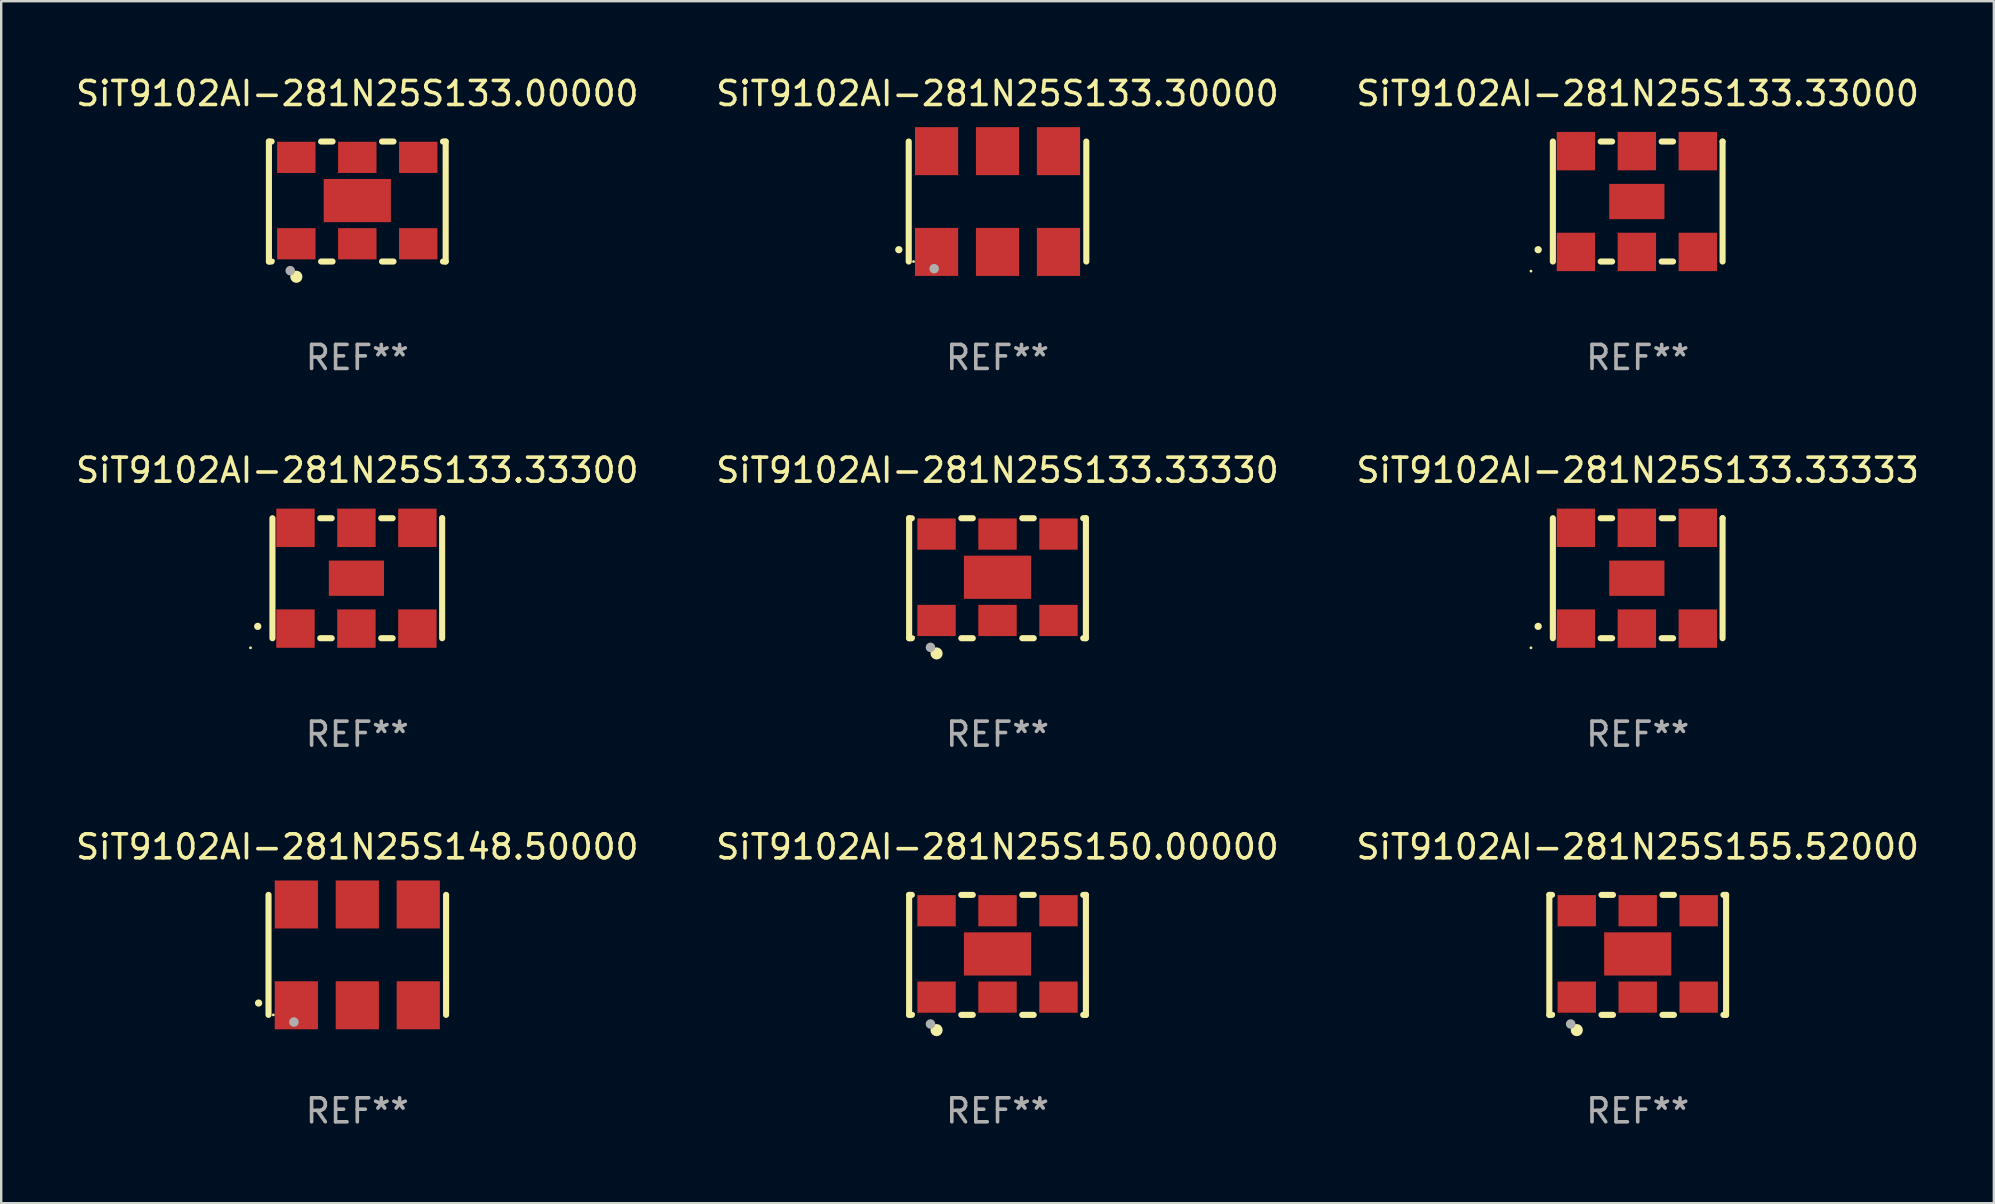
<source format=kicad_pcb>
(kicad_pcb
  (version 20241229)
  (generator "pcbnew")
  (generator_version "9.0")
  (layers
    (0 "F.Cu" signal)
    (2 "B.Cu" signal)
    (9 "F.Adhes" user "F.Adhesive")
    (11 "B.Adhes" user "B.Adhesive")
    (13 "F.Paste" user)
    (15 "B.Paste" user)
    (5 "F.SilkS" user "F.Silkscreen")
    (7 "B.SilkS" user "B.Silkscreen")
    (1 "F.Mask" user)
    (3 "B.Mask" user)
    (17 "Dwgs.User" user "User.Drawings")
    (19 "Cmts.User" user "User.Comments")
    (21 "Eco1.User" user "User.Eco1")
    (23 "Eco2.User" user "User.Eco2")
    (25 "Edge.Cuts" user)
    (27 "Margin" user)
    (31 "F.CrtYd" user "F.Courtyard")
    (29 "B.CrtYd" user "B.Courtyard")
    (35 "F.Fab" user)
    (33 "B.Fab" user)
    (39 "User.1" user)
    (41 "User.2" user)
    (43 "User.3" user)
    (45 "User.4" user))
  (footprint "SiT9102AI-281N25S155.52000"
    (layer "F.Cu")
    (at 65.196 36.741)
    (property "Reference" "SiT9102AI-281N25S155.52000" (at 0 -4.5 0) (layer "F.SilkS") (effects (font (size 1 1) (thickness 0.15))))
    (attr through_hole)
    (fp_line (start -3.683 -2.5) (end -3.571 -2.5) (stroke (width 0.254) (type solid)) (layer "F.SilkS"))
    (fp_line (start -3.683 2.5) (end -3.683 -2.5) (stroke (width 0.254) (type solid)) (layer "F.SilkS"))
    (fp_line (start -3.683 2.5) (end -3.571 2.5) (stroke (width 0.254) (type solid)) (layer "F.SilkS"))
    (fp_line (start -1.509 -2.5) (end -1.031 -2.5) (stroke (width 0.254) (type solid)) (layer "F.SilkS"))
    (fp_line (start -1.509 2.5) (end -1.031 2.5) (stroke (width 0.254) (type solid)) (layer "F.SilkS"))
    (fp_line (start 1.031 -2.5) (end 1.509 -2.5) (stroke (width 0.254) (type solid)) (layer "F.SilkS"))
    (fp_line (start 1.031 2.5) (end 1.509 2.5) (stroke (width 0.254) (type solid)) (layer "F.SilkS"))
    (fp_line (start 3.571 -2.5) (end 3.683 -2.5) (stroke (width 0.254) (type solid)) (layer "F.SilkS"))
    (fp_line (start 3.571 2.5) (end 3.683 2.5) (stroke (width 0.254) (type solid)) (layer "F.SilkS"))
    (fp_line (start 3.683 2.5) (end 3.683 -2.5) (stroke (width 0.254) (type solid)) (layer "F.SilkS"))
    (fp_circle (center -3.5 2.46) (end -3.47 2.46) (stroke (width 0.06) (type solid)) (fill no) (layer "F.SilkS"))
    (fp_circle (center -2.54 3.135) (end -2.413 3.135) (stroke (width 0.254) (type solid)) (fill no) (layer "F.SilkS"))
    (fp_circle (center -2.794 2.881) (end -2.694 2.881) (stroke (width 0.2) (type solid)) (fill no) (layer "F.Fab"))
    (fp_text user "REF**" (at 0 6.5 0) (layer "F.Fab") (effects (font (size 1 1) (thickness 0.15))))
    (pad "1" smd rect (at -2.54 1.76) (size 1.6 1.3) (layers "F.Cu" "F.Mask" "F.Paste"))
    (pad "2" smd rect (at 0 1.76) (size 1.6 1.3) (layers "F.Cu" "F.Mask" "F.Paste"))
    (pad "3" smd rect (at 2.54 1.76) (size 1.6 1.3) (layers "F.Cu" "F.Mask" "F.Paste"))
    (pad "4" smd rect (at 2.54 -1.84) (size 1.6 1.3) (layers "F.Cu" "F.Mask" "F.Paste"))
    (pad "5" smd rect (at 0 -1.84) (size 1.6 1.3) (layers "F.Cu" "F.Mask" "F.Paste"))
    (pad "6" smd rect (at -2.54 -1.84) (size 1.6 1.3) (layers "F.Cu" "F.Mask" "F.Paste"))
    (pad "7" smd rect (at 0 -0.04) (size 2.8 1.8) (layers "F.Cu" "F.Mask" "F.Paste")))
  (footprint "SiT9102AI-281N25S148.50000"
    (layer "F.Cu")
    (at 11.839 36.741)
    (property "Reference" "SiT9102AI-281N25S148.50000" (at 0 -4.5 0) (layer "F.SilkS") (effects (font (size 1 1) (thickness 0.15))))
    (attr through_hole)
    (fp_line (start -3.7 -2.5) (end -3.7 2.5) (stroke (width 0.254) (type solid)) (layer "F.SilkS"))
    (fp_line (start 3.7 -2.5) (end 3.7 2.5) (stroke (width 0.254) (type solid)) (layer "F.SilkS"))
    (fp_arc (start -4.114415 2.006604) (mid -4.113145 2.006599) (end -4.111875 2.006604) (stroke (width 0.3) (type solid)) (layer "F.SilkS"))
    (fp_circle (center -3.5 2.501) (end -3.47 2.501) (stroke (width 0.06) (type solid)) (fill no) (layer "F.SilkS"))
    (fp_circle (center -2.641 2.799) (end -2.541 2.799) (stroke (width 0.2) (type solid)) (fill no) (layer "F.Fab"))
    (fp_text user "REF**" (at 0 6.5 0) (layer "F.Fab") (effects (font (size 1 1) (thickness 0.15))))
    (pad "1" smd rect (at -2.54 2.1) (size 1.8 2) (layers "F.Cu" "F.Mask" "F.Paste"))
    (pad "2" smd rect (at 0.000394 2.1) (size 1.8 2) (layers "F.Cu" "F.Mask" "F.Paste"))
    (pad "3" smd rect (at 2.54 2.1) (size 1.8 2) (layers "F.Cu" "F.Mask" "F.Paste"))
    (pad "4" smd rect (at 2.54 -2.1) (size 1.8 2) (layers "F.Cu" "F.Mask" "F.Paste"))
    (pad "5" smd rect (at 0.000394 -2.1) (size 1.8 2) (layers "F.Cu" "F.Mask" "F.Paste"))
    (pad "6" smd rect (at -2.54 -2.1) (size 1.8 2) (layers "F.Cu" "F.Mask" "F.Paste")))
  (footprint "SiT9102AI-281N25S133.33330"
    (layer "F.Cu")
    (at 38.518 21.045)
    (property "Reference" "SiT9102AI-281N25S133.33330" (at 0 -4.5 0) (layer "F.SilkS") (effects (font (size 1 1) (thickness 0.15))))
    (attr through_hole)
    (fp_line (start -3.683 -2.5) (end -3.571 -2.5) (stroke (width 0.254) (type solid)) (layer "F.SilkS"))
    (fp_line (start -3.683 2.5) (end -3.683 -2.5) (stroke (width 0.254) (type solid)) (layer "F.SilkS"))
    (fp_line (start -3.683 2.5) (end -3.571 2.5) (stroke (width 0.254) (type solid)) (layer "F.SilkS"))
    (fp_line (start -1.509 -2.5) (end -1.031 -2.5) (stroke (width 0.254) (type solid)) (layer "F.SilkS"))
    (fp_line (start -1.509 2.5) (end -1.031 2.5) (stroke (width 0.254) (type solid)) (layer "F.SilkS"))
    (fp_line (start 1.031 -2.5) (end 1.509 -2.5) (stroke (width 0.254) (type solid)) (layer "F.SilkS"))
    (fp_line (start 1.031 2.5) (end 1.509 2.5) (stroke (width 0.254) (type solid)) (layer "F.SilkS"))
    (fp_line (start 3.571 -2.5) (end 3.683 -2.5) (stroke (width 0.254) (type solid)) (layer "F.SilkS"))
    (fp_line (start 3.571 2.5) (end 3.683 2.5) (stroke (width 0.254) (type solid)) (layer "F.SilkS"))
    (fp_line (start 3.683 2.5) (end 3.683 -2.5) (stroke (width 0.254) (type solid)) (layer "F.SilkS"))
    (fp_circle (center -3.5 2.46) (end -3.47 2.46) (stroke (width 0.06) (type solid)) (fill no) (layer "F.SilkS"))
    (fp_circle (center -2.54 3.135) (end -2.413 3.135) (stroke (width 0.254) (type solid)) (fill no) (layer "F.SilkS"))
    (fp_circle (center -2.794 2.881) (end -2.694 2.881) (stroke (width 0.2) (type solid)) (fill no) (layer "F.Fab"))
    (fp_text user "REF**" (at 0 6.5 0) (layer "F.Fab") (effects (font (size 1 1) (thickness 0.15))))
    (pad "1" smd rect (at -2.54 1.76) (size 1.6 1.3) (layers "F.Cu" "F.Mask" "F.Paste"))
    (pad "2" smd rect (at 0 1.76) (size 1.6 1.3) (layers "F.Cu" "F.Mask" "F.Paste"))
    (pad "3" smd rect (at 2.54 1.76) (size 1.6 1.3) (layers "F.Cu" "F.Mask" "F.Paste"))
    (pad "4" smd rect (at 2.54 -1.84) (size 1.6 1.3) (layers "F.Cu" "F.Mask" "F.Paste"))
    (pad "5" smd rect (at 0 -1.84) (size 1.6 1.3) (layers "F.Cu" "F.Mask" "F.Paste"))
    (pad "6" smd rect (at -2.54 -1.84) (size 1.6 1.3) (layers "F.Cu" "F.Mask" "F.Paste"))
    (pad "7" smd rect (at 0 -0.04) (size 2.8 1.8) (layers "F.Cu" "F.Mask" "F.Paste")))
  (footprint "SiT9102AI-281N25S133.30000"
    (layer "F.Cu")
    (at 38.518 5.348)
    (property "Reference" "SiT9102AI-281N25S133.30000" (at 0 -4.5 0) (layer "F.SilkS") (effects (font (size 1 1) (thickness 0.15))))
    (attr through_hole)
    (fp_line (start -3.7 -2.5) (end -3.7 2.5) (stroke (width 0.254) (type solid)) (layer "F.SilkS"))
    (fp_line (start 3.7 -2.5) (end 3.7 2.5) (stroke (width 0.254) (type solid)) (layer "F.SilkS"))
    (fp_arc (start -4.114415 2.006604) (mid -4.113145 2.006599) (end -4.111875 2.006604) (stroke (width 0.3) (type solid)) (layer "F.SilkS"))
    (fp_circle (center -3.5 2.501) (end -3.47 2.501) (stroke (width 0.06) (type solid)) (fill no) (layer "F.SilkS"))
    (fp_circle (center -2.641 2.799) (end -2.541 2.799) (stroke (width 0.2) (type solid)) (fill no) (layer "F.Fab"))
    (fp_text user "REF**" (at 0 6.5 0) (layer "F.Fab") (effects (font (size 1 1) (thickness 0.15))))
    (pad "1" smd rect (at -2.54 2.1) (size 1.8 2) (layers "F.Cu" "F.Mask" "F.Paste"))
    (pad "2" smd rect (at 0.000394 2.1) (size 1.8 2) (layers "F.Cu" "F.Mask" "F.Paste"))
    (pad "3" smd rect (at 2.54 2.1) (size 1.8 2) (layers "F.Cu" "F.Mask" "F.Paste"))
    (pad "4" smd rect (at 2.54 -2.1) (size 1.8 2) (layers "F.Cu" "F.Mask" "F.Paste"))
    (pad "5" smd rect (at 0.000394 -2.1) (size 1.8 2) (layers "F.Cu" "F.Mask" "F.Paste"))
    (pad "6" smd rect (at -2.54 -2.1) (size 1.8 2) (layers "F.Cu" "F.Mask" "F.Paste")))
  (footprint "SiT9102AI-281N25S133.33000"
    (layer "F.Cu")
    (at 65.196 5.348)
    (property "Reference" "SiT9102AI-281N25S133.33000" (at 0 -4.5 0) (layer "F.SilkS") (effects (font (size 1 1) (thickness 0.15))))
    (attr through_hole)
    (fp_line (start -3.536 -2.5) (end -3.536 2.5) (stroke (width 0.254) (type solid)) (layer "F.SilkS"))
    (fp_line (start -1.544 2.5) (end -1.067 2.5) (stroke (width 0.254) (type solid)) (layer "F.SilkS"))
    (fp_line (start -1.067 -2.5) (end -1.544 -2.5) (stroke (width 0.254) (type solid)) (layer "F.SilkS"))
    (fp_line (start 0.996 2.5) (end 1.473 2.5) (stroke (width 0.254) (type solid)) (layer "F.SilkS"))
    (fp_line (start 1.473 -2.5) (end 0.996 -2.5) (stroke (width 0.254) (type solid)) (layer "F.SilkS"))
    (fp_line (start 3.536 -2.5) (end 3.536 -2.5) (stroke (width 0.254) (type solid)) (layer "F.SilkS"))
    (fp_line (start 3.536 2.5) (end 3.536 -2.5) (stroke (width 0.254) (type solid)) (layer "F.SilkS"))
    (fp_arc (start -4.150432 2.006604) (mid -4.149162 2.006599) (end -4.147892 2.006604) (stroke (width 0.3) (type solid)) (layer "F.SilkS"))
    (fp_circle (center -4.449 2.9) (end -4.419 2.9) (stroke (width 0.06) (type solid)) (fill no) (layer "F.SilkS"))
    (fp_text user "REF**" (at 0 6.5 0) (layer "F.Fab") (effects (font (size 1 1) (thickness 0.15))))
    (pad "1" smd rect (at -2.576 2.1) (size 1.6 1.6) (layers "F.Cu" "F.Mask" "F.Paste"))
    (pad "2" smd rect (at -0.036 2.1) (size 1.6 1.6) (layers "F.Cu" "F.Mask" "F.Paste"))
    (pad "3" smd rect (at 2.504 2.1) (size 1.6 1.6) (layers "F.Cu" "F.Mask" "F.Paste"))
    (pad "4" smd rect (at 2.504 -2.1) (size 1.6 1.6) (layers "F.Cu" "F.Mask" "F.Paste"))
    (pad "5" smd rect (at -0.036 -2.1) (size 1.6 1.6) (layers "F.Cu" "F.Mask" "F.Paste"))
    (pad "6" smd rect (at -2.576 -2.1) (size 1.6 1.6) (layers "F.Cu" "F.Mask" "F.Paste"))
    (pad "7" smd rect (at -0.036 0) (size 2.3 1.47) (layers "F.Cu" "F.Mask" "F.Paste")))
  (footprint "SiT9102AI-281N25S133.00000"
    (layer "F.Cu")
    (at 11.839 5.348)
    (property "Reference" "SiT9102AI-281N25S133.00000" (at 0 -4.5 0) (layer "F.SilkS") (effects (font (size 1 1) (thickness 0.15))))
    (attr through_hole)
    (fp_line (start -3.683 -2.5) (end -3.571 -2.5) (stroke (width 0.254) (type solid)) (layer "F.SilkS"))
    (fp_line (start -3.683 2.5) (end -3.683 -2.5) (stroke (width 0.254) (type solid)) (layer "F.SilkS"))
    (fp_line (start -3.683 2.5) (end -3.571 2.5) (stroke (width 0.254) (type solid)) (layer "F.SilkS"))
    (fp_line (start -1.509 -2.5) (end -1.031 -2.5) (stroke (width 0.254) (type solid)) (layer "F.SilkS"))
    (fp_line (start -1.509 2.5) (end -1.031 2.5) (stroke (width 0.254) (type solid)) (layer "F.SilkS"))
    (fp_line (start 1.031 -2.5) (end 1.509 -2.5) (stroke (width 0.254) (type solid)) (layer "F.SilkS"))
    (fp_line (start 1.031 2.5) (end 1.509 2.5) (stroke (width 0.254) (type solid)) (layer "F.SilkS"))
    (fp_line (start 3.571 -2.5) (end 3.683 -2.5) (stroke (width 0.254) (type solid)) (layer "F.SilkS"))
    (fp_line (start 3.571 2.5) (end 3.683 2.5) (stroke (width 0.254) (type solid)) (layer "F.SilkS"))
    (fp_line (start 3.683 2.5) (end 3.683 -2.5) (stroke (width 0.254) (type solid)) (layer "F.SilkS"))
    (fp_circle (center -3.5 2.46) (end -3.47 2.46) (stroke (width 0.06) (type solid)) (fill no) (layer "F.SilkS"))
    (fp_circle (center -2.54 3.135) (end -2.413 3.135) (stroke (width 0.254) (type solid)) (fill no) (layer "F.SilkS"))
    (fp_circle (center -2.794 2.881) (end -2.694 2.881) (stroke (width 0.2) (type solid)) (fill no) (layer "F.Fab"))
    (fp_text user "REF**" (at 0 6.5 0) (layer "F.Fab") (effects (font (size 1 1) (thickness 0.15))))
    (pad "1" smd rect (at -2.54 1.76) (size 1.6 1.3) (layers "F.Cu" "F.Mask" "F.Paste"))
    (pad "2" smd rect (at 0 1.76) (size 1.6 1.3) (layers "F.Cu" "F.Mask" "F.Paste"))
    (pad "3" smd rect (at 2.54 1.76) (size 1.6 1.3) (layers "F.Cu" "F.Mask" "F.Paste"))
    (pad "4" smd rect (at 2.54 -1.84) (size 1.6 1.3) (layers "F.Cu" "F.Mask" "F.Paste"))
    (pad "5" smd rect (at 0 -1.84) (size 1.6 1.3) (layers "F.Cu" "F.Mask" "F.Paste"))
    (pad "6" smd rect (at -2.54 -1.84) (size 1.6 1.3) (layers "F.Cu" "F.Mask" "F.Paste"))
    (pad "7" smd rect (at 0 -0.04) (size 2.8 1.8) (layers "F.Cu" "F.Mask" "F.Paste")))
  (footprint "SiT9102AI-281N25S150.00000"
    (layer "F.Cu")
    (at 38.518 36.741)
    (property "Reference" "SiT9102AI-281N25S150.00000" (at 0 -4.5 0) (layer "F.SilkS") (effects (font (size 1 1) (thickness 0.15))))
    (attr through_hole)
    (fp_line (start -3.683 -2.5) (end -3.571 -2.5) (stroke (width 0.254) (type solid)) (layer "F.SilkS"))
    (fp_line (start -3.683 2.5) (end -3.683 -2.5) (stroke (width 0.254) (type solid)) (layer "F.SilkS"))
    (fp_line (start -3.683 2.5) (end -3.571 2.5) (stroke (width 0.254) (type solid)) (layer "F.SilkS"))
    (fp_line (start -1.509 -2.5) (end -1.031 -2.5) (stroke (width 0.254) (type solid)) (layer "F.SilkS"))
    (fp_line (start -1.509 2.5) (end -1.031 2.5) (stroke (width 0.254) (type solid)) (layer "F.SilkS"))
    (fp_line (start 1.031 -2.5) (end 1.509 -2.5) (stroke (width 0.254) (type solid)) (layer "F.SilkS"))
    (fp_line (start 1.031 2.5) (end 1.509 2.5) (stroke (width 0.254) (type solid)) (layer "F.SilkS"))
    (fp_line (start 3.571 -2.5) (end 3.683 -2.5) (stroke (width 0.254) (type solid)) (layer "F.SilkS"))
    (fp_line (start 3.571 2.5) (end 3.683 2.5) (stroke (width 0.254) (type solid)) (layer "F.SilkS"))
    (fp_line (start 3.683 2.5) (end 3.683 -2.5) (stroke (width 0.254) (type solid)) (layer "F.SilkS"))
    (fp_circle (center -3.5 2.46) (end -3.47 2.46) (stroke (width 0.06) (type solid)) (fill no) (layer "F.SilkS"))
    (fp_circle (center -2.54 3.135) (end -2.413 3.135) (stroke (width 0.254) (type solid)) (fill no) (layer "F.SilkS"))
    (fp_circle (center -2.794 2.881) (end -2.694 2.881) (stroke (width 0.2) (type solid)) (fill no) (layer "F.Fab"))
    (fp_text user "REF**" (at 0 6.5 0) (layer "F.Fab") (effects (font (size 1 1) (thickness 0.15))))
    (pad "1" smd rect (at -2.54 1.76) (size 1.6 1.3) (layers "F.Cu" "F.Mask" "F.Paste"))
    (pad "2" smd rect (at 0 1.76) (size 1.6 1.3) (layers "F.Cu" "F.Mask" "F.Paste"))
    (pad "3" smd rect (at 2.54 1.76) (size 1.6 1.3) (layers "F.Cu" "F.Mask" "F.Paste"))
    (pad "4" smd rect (at 2.54 -1.84) (size 1.6 1.3) (layers "F.Cu" "F.Mask" "F.Paste"))
    (pad "5" smd rect (at 0 -1.84) (size 1.6 1.3) (layers "F.Cu" "F.Mask" "F.Paste"))
    (pad "6" smd rect (at -2.54 -1.84) (size 1.6 1.3) (layers "F.Cu" "F.Mask" "F.Paste"))
    (pad "7" smd rect (at 0 -0.04) (size 2.8 1.8) (layers "F.Cu" "F.Mask" "F.Paste")))
  (footprint "SiT9102AI-281N25S133.33333"
    (layer "F.Cu")
    (at 65.196 21.045)
    (property "Reference" "SiT9102AI-281N25S133.33333" (at 0 -4.5 0) (layer "F.SilkS") (effects (font (size 1 1) (thickness 0.15))))
    (attr through_hole)
    (fp_line (start -3.536 -2.5) (end -3.536 2.5) (stroke (width 0.254) (type solid)) (layer "F.SilkS"))
    (fp_line (start -1.544 2.5) (end -1.067 2.5) (stroke (width 0.254) (type solid)) (layer "F.SilkS"))
    (fp_line (start -1.067 -2.5) (end -1.544 -2.5) (stroke (width 0.254) (type solid)) (layer "F.SilkS"))
    (fp_line (start 0.996 2.5) (end 1.473 2.5) (stroke (width 0.254) (type solid)) (layer "F.SilkS"))
    (fp_line (start 1.473 -2.5) (end 0.996 -2.5) (stroke (width 0.254) (type solid)) (layer "F.SilkS"))
    (fp_line (start 3.536 -2.5) (end 3.536 -2.5) (stroke (width 0.254) (type solid)) (layer "F.SilkS"))
    (fp_line (start 3.536 2.5) (end 3.536 -2.5) (stroke (width 0.254) (type solid)) (layer "F.SilkS"))
    (fp_arc (start -4.150432 2.006604) (mid -4.149162 2.006599) (end -4.147892 2.006604) (stroke (width 0.3) (type solid)) (layer "F.SilkS"))
    (fp_circle (center -4.449 2.9) (end -4.419 2.9) (stroke (width 0.06) (type solid)) (fill no) (layer "F.SilkS"))
    (fp_text user "REF**" (at 0 6.5 0) (layer "F.Fab") (effects (font (size 1 1) (thickness 0.15))))
    (pad "1" smd rect (at -2.576 2.1) (size 1.6 1.6) (layers "F.Cu" "F.Mask" "F.Paste"))
    (pad "2" smd rect (at -0.036 2.1) (size 1.6 1.6) (layers "F.Cu" "F.Mask" "F.Paste"))
    (pad "3" smd rect (at 2.504 2.1) (size 1.6 1.6) (layers "F.Cu" "F.Mask" "F.Paste"))
    (pad "4" smd rect (at 2.504 -2.1) (size 1.6 1.6) (layers "F.Cu" "F.Mask" "F.Paste"))
    (pad "5" smd rect (at -0.036 -2.1) (size 1.6 1.6) (layers "F.Cu" "F.Mask" "F.Paste"))
    (pad "6" smd rect (at -2.576 -2.1) (size 1.6 1.6) (layers "F.Cu" "F.Mask" "F.Paste"))
    (pad "7" smd rect (at -0.036 0) (size 2.3 1.47) (layers "F.Cu" "F.Mask" "F.Paste")))
  (footprint "SiT9102AI-281N25S133.33300"
    (layer "F.Cu")
    (at 11.839 21.045)
    (property "Reference" "SiT9102AI-281N25S133.33300" (at 0 -4.5 0) (layer "F.SilkS") (effects (font (size 1 1) (thickness 0.15))))
    (attr through_hole)
    (fp_line (start -3.536 -2.5) (end -3.536 2.5) (stroke (width 0.254) (type solid)) (layer "F.SilkS"))
    (fp_line (start -1.544 2.5) (end -1.067 2.5) (stroke (width 0.254) (type solid)) (layer "F.SilkS"))
    (fp_line (start -1.067 -2.5) (end -1.544 -2.5) (stroke (width 0.254) (type solid)) (layer "F.SilkS"))
    (fp_line (start 0.996 2.5) (end 1.473 2.5) (stroke (width 0.254) (type solid)) (layer "F.SilkS"))
    (fp_line (start 1.473 -2.5) (end 0.996 -2.5) (stroke (width 0.254) (type solid)) (layer "F.SilkS"))
    (fp_line (start 3.536 -2.5) (end 3.536 -2.5) (stroke (width 0.254) (type solid)) (layer "F.SilkS"))
    (fp_line (start 3.536 2.5) (end 3.536 -2.5) (stroke (width 0.254) (type solid)) (layer "F.SilkS"))
    (fp_arc (start -4.150432 2.006604) (mid -4.149162 2.006599) (end -4.147892 2.006604) (stroke (width 0.3) (type solid)) (layer "F.SilkS"))
    (fp_circle (center -4.449 2.9) (end -4.419 2.9) (stroke (width 0.06) (type solid)) (fill no) (layer "F.SilkS"))
    (fp_text user "REF**" (at 0 6.5 0) (layer "F.Fab") (effects (font (size 1 1) (thickness 0.15))))
    (pad "1" smd rect (at -2.576 2.1) (size 1.6 1.6) (layers "F.Cu" "F.Mask" "F.Paste"))
    (pad "2" smd rect (at -0.036 2.1) (size 1.6 1.6) (layers "F.Cu" "F.Mask" "F.Paste"))
    (pad "3" smd rect (at 2.504 2.1) (size 1.6 1.6) (layers "F.Cu" "F.Mask" "F.Paste"))
    (pad "4" smd rect (at 2.504 -2.1) (size 1.6 1.6) (layers "F.Cu" "F.Mask" "F.Paste"))
    (pad "5" smd rect (at -0.036 -2.1) (size 1.6 1.6) (layers "F.Cu" "F.Mask" "F.Paste"))
    (pad "6" smd rect (at -2.576 -2.1) (size 1.6 1.6) (layers "F.Cu" "F.Mask" "F.Paste"))
    (pad "7" smd rect (at -0.036 0) (size 2.3 1.47) (layers "F.Cu" "F.Mask" "F.Paste")))
  (gr_rect
    (start -3 -3)
    (end 80.036 47.09)
    (stroke (width 0.1) (type default))
    (fill no)
    (layer "Edge.Cuts")))
</source>
